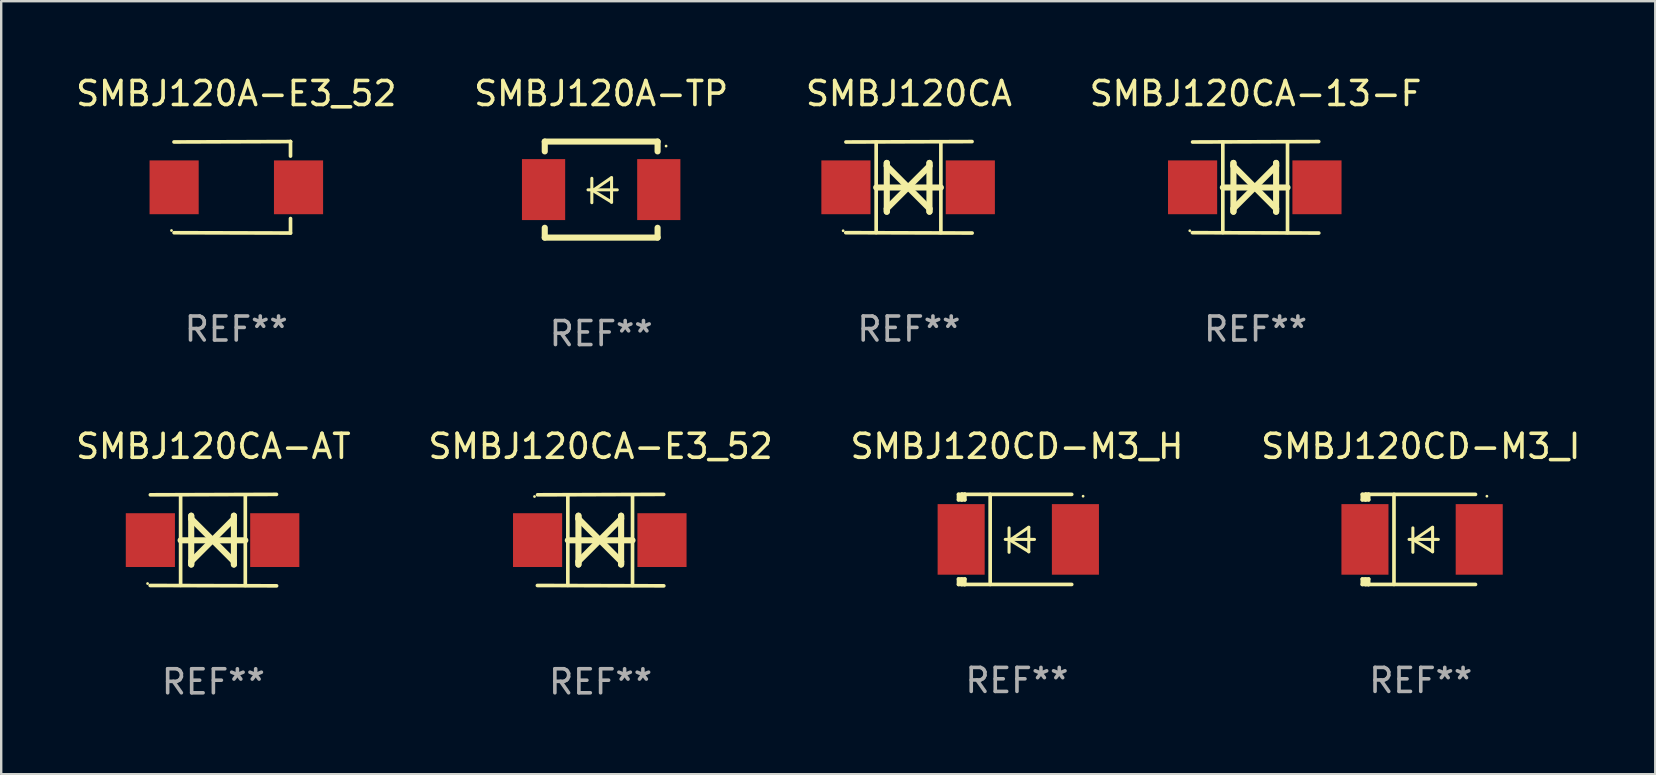
<source format=kicad_pcb>
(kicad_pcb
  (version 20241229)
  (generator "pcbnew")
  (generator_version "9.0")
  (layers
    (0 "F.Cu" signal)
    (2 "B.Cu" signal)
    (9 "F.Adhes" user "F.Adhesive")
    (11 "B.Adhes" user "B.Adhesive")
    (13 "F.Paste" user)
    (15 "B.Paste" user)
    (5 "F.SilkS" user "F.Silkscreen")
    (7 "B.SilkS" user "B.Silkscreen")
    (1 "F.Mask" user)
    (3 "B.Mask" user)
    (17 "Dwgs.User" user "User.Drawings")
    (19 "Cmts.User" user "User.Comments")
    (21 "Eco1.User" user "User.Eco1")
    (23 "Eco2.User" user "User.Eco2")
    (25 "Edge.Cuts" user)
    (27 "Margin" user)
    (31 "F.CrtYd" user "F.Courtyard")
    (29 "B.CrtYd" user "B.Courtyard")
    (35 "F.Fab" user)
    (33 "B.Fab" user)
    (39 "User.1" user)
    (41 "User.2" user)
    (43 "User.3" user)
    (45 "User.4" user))
  (footprint "SMBJ120A-TP"
    (layer "F.Cu")
    (at 21.994 4.848)
    (property "Reference" "SMBJ120A-TP" (at 0 -4 0) (layer "F.SilkS") (effects (font (size 1 1) (thickness 0.15))))
    (attr through_hole)
    (fp_line (start -2.35 -2) (end -2.35 -1.591) (stroke (width 0.254) (type solid)) (layer "F.SilkS"))
    (fp_line (start -2.35 -2) (end 2.35 -2) (stroke (width 0.254) (type solid)) (layer "F.SilkS"))
    (fp_line (start -2.35 1.591) (end -2.35 2) (stroke (width 0.254) (type solid)) (layer "F.SilkS"))
    (fp_line (start -2.35 2) (end 2.35 2) (stroke (width 0.254) (type solid)) (layer "F.SilkS"))
    (fp_line (start -0.548 0.01) (end 0.671 0.01) (stroke (width 0.127) (type solid)) (layer "F.SilkS"))
    (fp_line (start -0.389 -0.47) (end -0.389 0.546) (stroke (width 0.127) (type solid)) (layer "F.SilkS"))
    (fp_line (start -0.35 0.04) (end 0.433 0.52) (stroke (width 0.127) (type solid)) (layer "F.SilkS"))
    (fp_line (start 0.433 -0.5) (end -0.35 0.04) (stroke (width 0.127) (type solid)) (layer "F.SilkS"))
    (fp_line (start 0.433 0.53) (end 0.433 -0.486) (stroke (width 0.127) (type solid)) (layer "F.SilkS"))
    (fp_line (start 2.35 -2) (end 2.35 -1.591) (stroke (width 0.254) (type solid)) (layer "F.SilkS"))
    (fp_line (start 2.35 1.591) (end 2.35 2) (stroke (width 0.254) (type solid)) (layer "F.SilkS"))
    (fp_circle (center 2.704 -1.813) (end 2.734 -1.813) (stroke (width 0.06) (type solid)) (fill no) (layer "F.SilkS"))
    (fp_text user "REF**" (at 0 6 0) (layer "F.Fab") (effects (font (size 1 1) (thickness 0.15))))
    (pad "1" smd rect (at 2.4 0) (size 1.8 2.54) (layers "F.Cu" "F.Mask" "F.Paste"))
    (pad "2" smd rect (at -2.4 0) (size 1.8 2.54) (layers "F.Cu" "F.Mask" "F.Paste")))
  (footprint "SMBJ120CA-E3_52"
    (layer "F.Cu")
    (at 21.97 19.45)
    (property "Reference" "SMBJ120CA-E3_52" (at 0 -3.905 0) (layer "F.SilkS") (effects (font (size 1 1) (thickness 0.15))))
    (attr through_hole)
    (fp_line (start -1.365 1.886) (end -1.365 -1.886) (stroke (width 0.152) (type solid)) (layer "F.SilkS"))
    (fp_line (start -1.365 0.008) (end 1.33 0.008) (stroke (width 0.254) (type solid)) (layer "F.SilkS"))
    (fp_line (start -0.923 -1.016) (end -0.923 1.016) (stroke (width 0.254) (type solid)) (layer "F.SilkS"))
    (fp_line (start -0.923 -0.889) (end -0.923 -1.016) (stroke (width 0.254) (type solid)) (layer "F.SilkS"))
    (fp_line (start -0.923 0.889) (end -0.034 0) (stroke (width 0.254) (type solid)) (layer "F.SilkS"))
    (fp_line (start -0.923 1.016) (end -0.923 0.889) (stroke (width 0.254) (type solid)) (layer "F.SilkS"))
    (fp_line (start -0.034 0) (end -0.923 -0.889) (stroke (width 0.254) (type solid)) (layer "F.SilkS"))
    (fp_line (start -0.034 0) (end 0.855 0.889) (stroke (width 0.254) (type solid)) (layer "F.SilkS"))
    (fp_line (start 0.855 -1.016) (end 0.855 -0.889) (stroke (width 0.254) (type solid)) (layer "F.SilkS"))
    (fp_line (start 0.855 -0.889) (end -0.034 0) (stroke (width 0.254) (type solid)) (layer "F.SilkS"))
    (fp_line (start 0.855 0.889) (end 0.855 1.016) (stroke (width 0.254) (type solid)) (layer "F.SilkS"))
    (fp_line (start 0.855 1.016) (end 0.855 -1.016) (stroke (width 0.254) (type solid)) (layer "F.SilkS"))
    (fp_line (start 1.33 1.886) (end 1.33 -1.886) (stroke (width 0.152) (type solid)) (layer "F.SilkS"))
    (fp_line (start 2.629 -1.905) (end -2.625 -1.887) (stroke (width 0.152) (type solid)) (layer "F.SilkS"))
    (fp_line (start 2.633 1.905) (end -2.633 1.89) (stroke (width 0.152) (type solid)) (layer "F.SilkS"))
    (fp_circle (center -2.753 -1.816) (end -2.723 -1.816) (stroke (width 0.06) (type solid)) (fill no) (layer "F.SilkS"))
    (fp_text user "REF**" (at 0 5.905 0) (layer "F.Fab") (effects (font (size 1 1) (thickness 0.15))))
    (pad "1" smd rect (at -2.625 0) (size 2.047 2.241) (layers "F.Cu" "F.Mask" "F.Paste"))
    (pad "2" smd rect (at 2.557 0) (size 2.047 2.241) (layers "F.Cu" "F.Mask" "F.Paste")))
  (footprint "SMBJ120CA-13-F"
    (layer "F.Cu")
    (at 49.256 4.753)
    (property "Reference" "SMBJ120CA-13-F" (at 0 -3.905 0) (layer "F.SilkS") (effects (font (size 1 1) (thickness 0.15))))
    (attr through_hole)
    (fp_line (start -1.365 1.886) (end -1.365 -1.886) (stroke (width 0.152) (type solid)) (layer "F.SilkS"))
    (fp_line (start -1.365 0.008) (end 1.33 0.008) (stroke (width 0.254) (type solid)) (layer "F.SilkS"))
    (fp_line (start -0.923 -1.016) (end -0.923 1.016) (stroke (width 0.254) (type solid)) (layer "F.SilkS"))
    (fp_line (start -0.923 -0.889) (end -0.923 -1.016) (stroke (width 0.254) (type solid)) (layer "F.SilkS"))
    (fp_line (start -0.923 0.889) (end -0.034 0) (stroke (width 0.254) (type solid)) (layer "F.SilkS"))
    (fp_line (start -0.923 1.016) (end -0.923 0.889) (stroke (width 0.254) (type solid)) (layer "F.SilkS"))
    (fp_line (start -0.034 0) (end -0.923 -0.889) (stroke (width 0.254) (type solid)) (layer "F.SilkS"))
    (fp_line (start -0.034 0) (end 0.855 0.889) (stroke (width 0.254) (type solid)) (layer "F.SilkS"))
    (fp_line (start 0.855 -1.016) (end 0.855 -0.889) (stroke (width 0.254) (type solid)) (layer "F.SilkS"))
    (fp_line (start 0.855 -0.889) (end -0.034 0) (stroke (width 0.254) (type solid)) (layer "F.SilkS"))
    (fp_line (start 0.855 0.889) (end 0.855 1.016) (stroke (width 0.254) (type solid)) (layer "F.SilkS"))
    (fp_line (start 0.855 1.016) (end 0.855 -1.016) (stroke (width 0.254) (type solid)) (layer "F.SilkS"))
    (fp_line (start 1.33 1.886) (end 1.33 -1.886) (stroke (width 0.152) (type solid)) (layer "F.SilkS"))
    (fp_line (start 2.629 -1.905) (end -2.625 -1.887) (stroke (width 0.152) (type solid)) (layer "F.SilkS"))
    (fp_line (start 2.633 1.905) (end -2.633 1.89) (stroke (width 0.152) (type solid)) (layer "F.SilkS"))
    (fp_circle (center -2.741 1.81) (end -2.711 1.81) (stroke (width 0.06) (type solid)) (fill no) (layer "F.SilkS"))
    (fp_text user "REF**" (at 0 5.905 0) (layer "F.Fab") (effects (font (size 1 1) (thickness 0.15))))
    (pad "1" smd rect (at -2.625 0) (size 2.047 2.241) (layers "F.Cu" "F.Mask" "F.Paste"))
    (pad "2" smd rect (at 2.557 0) (size 2.047 2.241) (layers "F.Cu" "F.Mask" "F.Paste")))
  (footprint "SMBJ120CD-M3_I"
    (layer "F.Cu")
    (at 56.137 19.421)
    (property "Reference" "SMBJ120CD-M3_I" (at 0 -3.876 0) (layer "F.SilkS") (effects (font (size 1 1) (thickness 0.15))))
    (attr through_hole)
    (fp_line (start -2.435 1.65) (end -2.171 1.65) (stroke (width 0.152) (type solid)) (layer "F.SilkS"))
    (fp_line (start -2.435 1.876) (end -2.435 1.65) (stroke (width 0.152) (type solid)) (layer "F.SilkS"))
    (fp_line (start -2.435 -1.876) (end -2.171 -1.876) (stroke (width 0.152) (type solid)) (layer "F.SilkS"))
    (fp_line (start -2.435 -1.65) (end -2.435 -1.876) (stroke (width 0.152) (type solid)) (layer "F.SilkS"))
    (fp_line (start -2.305 -1.866) (end -2.295 -1.876) (stroke (width 0.152) (type solid)) (layer "F.SilkS"))
    (fp_line (start -2.305 -1.65) (end -2.305 -1.866) (stroke (width 0.152) (type solid)) (layer "F.SilkS"))
    (fp_line (start -2.305 1.876) (end -2.305 1.65) (stroke (width 0.152) (type solid)) (layer "F.SilkS"))
    (fp_line (start -2.295 -1.876) (end -2.295 -1.65) (stroke (width 0.152) (type solid)) (layer "F.SilkS"))
    (fp_line (start -2.171 1.876) (end -2.435 1.876) (stroke (width 0.152) (type solid)) (layer "F.SilkS"))
    (fp_line (start -2.171 -1.65) (end -2.435 -1.65) (stroke (width 0.152) (type solid)) (layer "F.SilkS"))
    (fp_line (start -2.171 -1.876) (end -2.295 -1.876) (stroke (width 0.152) (type solid)) (layer "F.SilkS"))
    (fp_line (start -2.171 -1.65) (end -2.171 -1.876) (stroke (width 0.152) (type solid)) (layer "F.SilkS"))
    (fp_line (start -2.171 1.876) (end -2.305 1.876) (stroke (width 0.152) (type solid)) (layer "F.SilkS"))
    (fp_line (start -2.171 1.876) (end -2.171 1.65) (stroke (width 0.152) (type solid)) (layer "F.SilkS"))
    (fp_line (start -1.116 1.876) (end -1.116 -1.876) (stroke (width 0.152) (type solid)) (layer "F.SilkS"))
    (fp_line (start -0.488 0.000102) (end 0.731 0.000102) (stroke (width 0.127) (type solid)) (layer "F.SilkS"))
    (fp_line (start -0.329 -0.48) (end -0.329 0.536) (stroke (width 0.127) (type solid)) (layer "F.SilkS"))
    (fp_line (start -0.29 0.03) (end 0.493 0.51) (stroke (width 0.127) (type solid)) (layer "F.SilkS"))
    (fp_line (start 0.493 -0.51) (end -0.29 0.03) (stroke (width 0.127) (type solid)) (layer "F.SilkS"))
    (fp_line (start 0.493 0.52) (end 0.493 -0.496) (stroke (width 0.127) (type solid)) (layer "F.SilkS"))
    (fp_line (start 2.281 -1.876) (end -2.171 -1.876) (stroke (width 0.152) (type solid)) (layer "F.SilkS"))
    (fp_line (start 2.281 1.876) (end -2.171 1.876) (stroke (width 0.152) (type solid)) (layer "F.SilkS"))
    (fp_circle (center 2.755 -1.8) (end 2.785 -1.8) (stroke (width 0.06) (type solid)) (fill no) (layer "F.SilkS"))
    (fp_text user "REF**" (at 0 5.876 0) (layer "F.Fab") (effects (font (size 1 1) (thickness 0.15))))
    (pad "1" smd rect (at 2.435 -0.000025 180) (size 1.96 2.94) (layers "F.Cu" "F.Mask" "F.Paste"))
    (pad "2" smd rect (at -2.325 -0.000025 180) (size 1.96 2.94) (layers "F.Cu" "F.Mask" "F.Paste")))
  (footprint "SMBJ120CA-AT"
    (layer "F.Cu")
    (at 5.839 19.45)
    (property "Reference" "SMBJ120CA-AT" (at 0 -3.905 0) (layer "F.SilkS") (effects (font (size 1 1) (thickness 0.15))))
    (attr through_hole)
    (fp_line (start -1.365 1.886) (end -1.365 -1.886) (stroke (width 0.152) (type solid)) (layer "F.SilkS"))
    (fp_line (start -1.365 0.008) (end 1.33 0.008) (stroke (width 0.254) (type solid)) (layer "F.SilkS"))
    (fp_line (start -0.923 -1.016) (end -0.923 1.016) (stroke (width 0.254) (type solid)) (layer "F.SilkS"))
    (fp_line (start -0.923 -0.889) (end -0.923 -1.016) (stroke (width 0.254) (type solid)) (layer "F.SilkS"))
    (fp_line (start -0.923 0.889) (end -0.034 0) (stroke (width 0.254) (type solid)) (layer "F.SilkS"))
    (fp_line (start -0.923 1.016) (end -0.923 0.889) (stroke (width 0.254) (type solid)) (layer "F.SilkS"))
    (fp_line (start -0.034 0) (end -0.923 -0.889) (stroke (width 0.254) (type solid)) (layer "F.SilkS"))
    (fp_line (start -0.034 0) (end 0.855 0.889) (stroke (width 0.254) (type solid)) (layer "F.SilkS"))
    (fp_line (start 0.855 -1.016) (end 0.855 -0.889) (stroke (width 0.254) (type solid)) (layer "F.SilkS"))
    (fp_line (start 0.855 -0.889) (end -0.034 0) (stroke (width 0.254) (type solid)) (layer "F.SilkS"))
    (fp_line (start 0.855 0.889) (end 0.855 1.016) (stroke (width 0.254) (type solid)) (layer "F.SilkS"))
    (fp_line (start 0.855 1.016) (end 0.855 -1.016) (stroke (width 0.254) (type solid)) (layer "F.SilkS"))
    (fp_line (start 1.33 1.886) (end 1.33 -1.886) (stroke (width 0.152) (type solid)) (layer "F.SilkS"))
    (fp_line (start 2.629 -1.905) (end -2.625 -1.887) (stroke (width 0.152) (type solid)) (layer "F.SilkS"))
    (fp_line (start 2.633 1.905) (end -2.633 1.89) (stroke (width 0.152) (type solid)) (layer "F.SilkS"))
    (fp_circle (center -2.741 1.81) (end -2.711 1.81) (stroke (width 0.06) (type solid)) (fill no) (layer "F.SilkS"))
    (fp_text user "REF**" (at 0 5.905 0) (layer "F.Fab") (effects (font (size 1 1) (thickness 0.15))))
    (pad "1" smd rect (at -2.625 0) (size 2.047 2.241) (layers "F.Cu" "F.Mask" "F.Paste"))
    (pad "2" smd rect (at 2.557 0) (size 2.047 2.241) (layers "F.Cu" "F.Mask" "F.Paste")))
  (footprint "SMBJ120A-E3_52"
    (layer "F.Cu")
    (at 6.792 4.753)
    (property "Reference" "SMBJ120A-E3_52" (at 0 -3.905 0) (layer "F.SilkS") (effects (font (size 1 1) (thickness 0.15))))
    (attr through_hole)
    (fp_line (start 2.256 -1.905) (end -2.594 -1.889) (stroke (width 0.152) (type solid)) (layer "F.SilkS"))
    (fp_line (start 2.256 -1.905) (end 2.26 -1.905) (stroke (width 0.152) (type solid)) (layer "F.SilkS"))
    (fp_line (start 2.26 -1.905) (end 2.26 -1.301) (stroke (width 0.152) (type solid)) (layer "F.SilkS"))
    (fp_line (start 2.26 1.301) (end 2.26 1.905) (stroke (width 0.152) (type solid)) (layer "F.SilkS"))
    (fp_line (start 2.26 1.905) (end -2.59 1.892) (stroke (width 0.152) (type solid)) (layer "F.SilkS"))
    (fp_circle (center -2.697 1.8) (end -2.667 1.8) (stroke (width 0.06) (type solid)) (fill no) (layer "F.SilkS"))
    (fp_text user "REF**" (at 0 5.905 0) (layer "F.Fab") (effects (font (size 1 1) (thickness 0.15))))
    (pad "1" smd rect (at -2.588 0) (size 2.047 2.241) (layers "F.Cu" "F.Mask" "F.Paste"))
    (pad "2" smd rect (at 2.594 0) (size 2.047 2.241) (layers "F.Cu" "F.Mask" "F.Paste")))
  (footprint "SMBJ120CD-M3_H"
    (layer "F.Cu")
    (at 39.315 19.421)
    (property "Reference" "SMBJ120CD-M3_H" (at 0 -3.876 0) (layer "F.SilkS") (effects (font (size 1 1) (thickness 0.15))))
    (attr through_hole)
    (fp_line (start -2.435 1.65) (end -2.171 1.65) (stroke (width 0.152) (type solid)) (layer "F.SilkS"))
    (fp_line (start -2.435 1.876) (end -2.435 1.65) (stroke (width 0.152) (type solid)) (layer "F.SilkS"))
    (fp_line (start -2.435 -1.876) (end -2.171 -1.876) (stroke (width 0.152) (type solid)) (layer "F.SilkS"))
    (fp_line (start -2.435 -1.65) (end -2.435 -1.876) (stroke (width 0.152) (type solid)) (layer "F.SilkS"))
    (fp_line (start -2.305 -1.866) (end -2.295 -1.876) (stroke (width 0.152) (type solid)) (layer "F.SilkS"))
    (fp_line (start -2.305 -1.65) (end -2.305 -1.866) (stroke (width 0.152) (type solid)) (layer "F.SilkS"))
    (fp_line (start -2.305 1.876) (end -2.305 1.65) (stroke (width 0.152) (type solid)) (layer "F.SilkS"))
    (fp_line (start -2.295 -1.876) (end -2.295 -1.65) (stroke (width 0.152) (type solid)) (layer "F.SilkS"))
    (fp_line (start -2.171 1.876) (end -2.435 1.876) (stroke (width 0.152) (type solid)) (layer "F.SilkS"))
    (fp_line (start -2.171 -1.65) (end -2.435 -1.65) (stroke (width 0.152) (type solid)) (layer "F.SilkS"))
    (fp_line (start -2.171 -1.876) (end -2.295 -1.876) (stroke (width 0.152) (type solid)) (layer "F.SilkS"))
    (fp_line (start -2.171 -1.65) (end -2.171 -1.876) (stroke (width 0.152) (type solid)) (layer "F.SilkS"))
    (fp_line (start -2.171 1.876) (end -2.305 1.876) (stroke (width 0.152) (type solid)) (layer "F.SilkS"))
    (fp_line (start -2.171 1.876) (end -2.171 1.65) (stroke (width 0.152) (type solid)) (layer "F.SilkS"))
    (fp_line (start -1.116 1.876) (end -1.116 -1.876) (stroke (width 0.152) (type solid)) (layer "F.SilkS"))
    (fp_line (start -0.488 0.000102) (end 0.731 0.000102) (stroke (width 0.127) (type solid)) (layer "F.SilkS"))
    (fp_line (start -0.329 -0.48) (end -0.329 0.536) (stroke (width 0.127) (type solid)) (layer "F.SilkS"))
    (fp_line (start -0.29 0.03) (end 0.493 0.51) (stroke (width 0.127) (type solid)) (layer "F.SilkS"))
    (fp_line (start 0.493 -0.51) (end -0.29 0.03) (stroke (width 0.127) (type solid)) (layer "F.SilkS"))
    (fp_line (start 0.493 0.52) (end 0.493 -0.496) (stroke (width 0.127) (type solid)) (layer "F.SilkS"))
    (fp_line (start 2.281 -1.876) (end -2.171 -1.876) (stroke (width 0.152) (type solid)) (layer "F.SilkS"))
    (fp_line (start 2.281 1.876) (end -2.171 1.876) (stroke (width 0.152) (type solid)) (layer "F.SilkS"))
    (fp_circle (center 2.755 -1.8) (end 2.785 -1.8) (stroke (width 0.06) (type solid)) (fill no) (layer "F.SilkS"))
    (fp_text user "REF**" (at 0 5.876 0) (layer "F.Fab") (effects (font (size 1 1) (thickness 0.15))))
    (pad "1" smd rect (at 2.435 -0.000025 180) (size 1.96 2.94) (layers "F.Cu" "F.Mask" "F.Paste"))
    (pad "2" smd rect (at -2.325 -0.000025 180) (size 1.96 2.94) (layers "F.Cu" "F.Mask" "F.Paste")))
  (footprint "SMBJ120CA"
    (layer "F.Cu")
    (at 34.815 4.753)
    (property "Reference" "SMBJ120CA" (at 0 -3.905 0) (layer "F.SilkS") (effects (font (size 1 1) (thickness 0.15))))
    (attr through_hole)
    (fp_line (start -1.365 1.886) (end -1.365 -1.886) (stroke (width 0.152) (type solid)) (layer "F.SilkS"))
    (fp_line (start -1.365 0.008) (end 1.33 0.008) (stroke (width 0.254) (type solid)) (layer "F.SilkS"))
    (fp_line (start -0.923 -1.016) (end -0.923 1.016) (stroke (width 0.254) (type solid)) (layer "F.SilkS"))
    (fp_line (start -0.923 -0.889) (end -0.923 -1.016) (stroke (width 0.254) (type solid)) (layer "F.SilkS"))
    (fp_line (start -0.923 0.889) (end -0.034 0) (stroke (width 0.254) (type solid)) (layer "F.SilkS"))
    (fp_line (start -0.923 1.016) (end -0.923 0.889) (stroke (width 0.254) (type solid)) (layer "F.SilkS"))
    (fp_line (start -0.034 0) (end -0.923 -0.889) (stroke (width 0.254) (type solid)) (layer "F.SilkS"))
    (fp_line (start -0.034 0) (end 0.855 0.889) (stroke (width 0.254) (type solid)) (layer "F.SilkS"))
    (fp_line (start 0.855 -1.016) (end 0.855 -0.889) (stroke (width 0.254) (type solid)) (layer "F.SilkS"))
    (fp_line (start 0.855 -0.889) (end -0.034 0) (stroke (width 0.254) (type solid)) (layer "F.SilkS"))
    (fp_line (start 0.855 0.889) (end 0.855 1.016) (stroke (width 0.254) (type solid)) (layer "F.SilkS"))
    (fp_line (start 0.855 1.016) (end 0.855 -1.016) (stroke (width 0.254) (type solid)) (layer "F.SilkS"))
    (fp_line (start 1.33 1.886) (end 1.33 -1.886) (stroke (width 0.152) (type solid)) (layer "F.SilkS"))
    (fp_line (start 2.629 -1.905) (end -2.625 -1.887) (stroke (width 0.152) (type solid)) (layer "F.SilkS"))
    (fp_line (start 2.633 1.905) (end -2.633 1.89) (stroke (width 0.152) (type solid)) (layer "F.SilkS"))
    (fp_circle (center -2.741 1.81) (end -2.711 1.81) (stroke (width 0.06) (type solid)) (fill no) (layer "F.SilkS"))
    (fp_text user "REF**" (at 0 5.905 0) (layer "F.Fab") (effects (font (size 1 1) (thickness 0.15))))
    (pad "1" smd rect (at -2.625 0) (size 2.047 2.241) (layers "F.Cu" "F.Mask" "F.Paste"))
    (pad "2" smd rect (at 2.557 0) (size 2.047 2.241) (layers "F.Cu" "F.Mask" "F.Paste")))
  (gr_rect
    (start -3 -3)
    (end 65.905 29.203)
    (stroke (width 0.1) (type default))
    (fill no)
    (layer "Edge.Cuts")))
</source>
